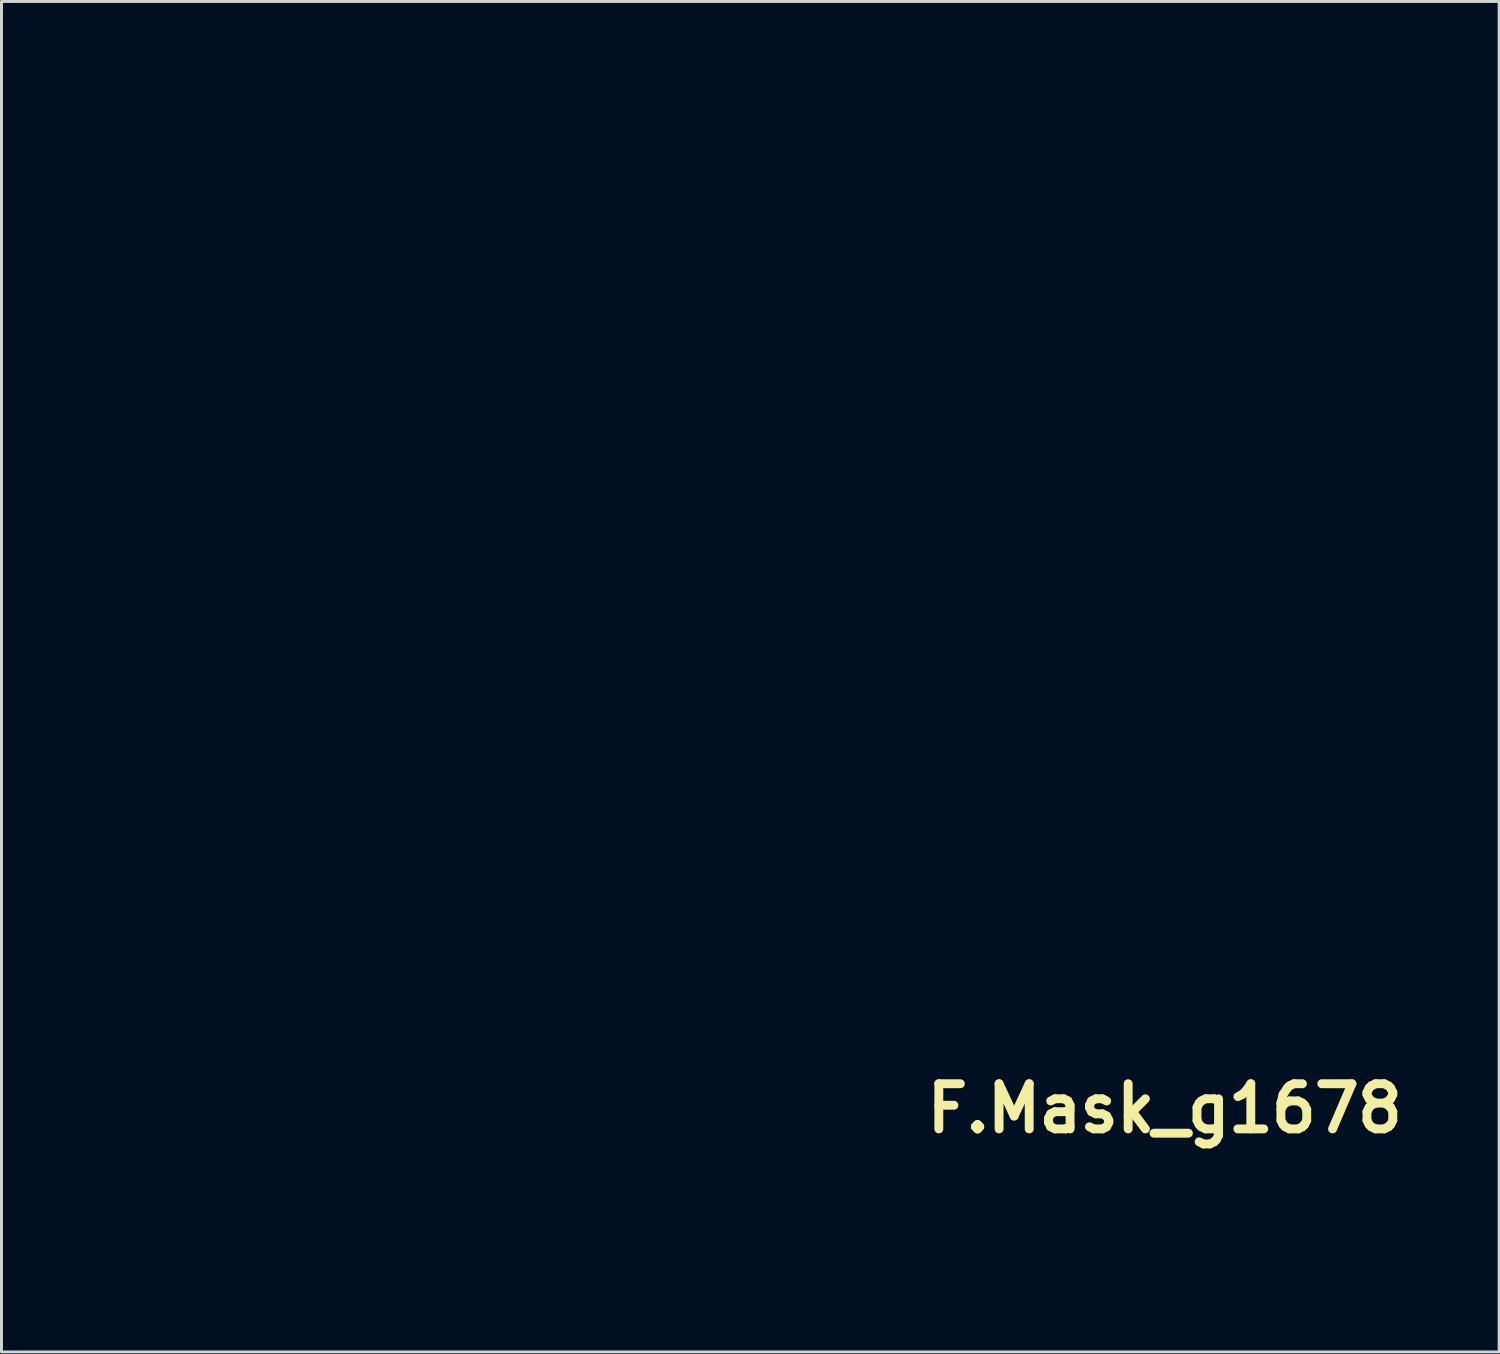
<source format=kicad_pcb>
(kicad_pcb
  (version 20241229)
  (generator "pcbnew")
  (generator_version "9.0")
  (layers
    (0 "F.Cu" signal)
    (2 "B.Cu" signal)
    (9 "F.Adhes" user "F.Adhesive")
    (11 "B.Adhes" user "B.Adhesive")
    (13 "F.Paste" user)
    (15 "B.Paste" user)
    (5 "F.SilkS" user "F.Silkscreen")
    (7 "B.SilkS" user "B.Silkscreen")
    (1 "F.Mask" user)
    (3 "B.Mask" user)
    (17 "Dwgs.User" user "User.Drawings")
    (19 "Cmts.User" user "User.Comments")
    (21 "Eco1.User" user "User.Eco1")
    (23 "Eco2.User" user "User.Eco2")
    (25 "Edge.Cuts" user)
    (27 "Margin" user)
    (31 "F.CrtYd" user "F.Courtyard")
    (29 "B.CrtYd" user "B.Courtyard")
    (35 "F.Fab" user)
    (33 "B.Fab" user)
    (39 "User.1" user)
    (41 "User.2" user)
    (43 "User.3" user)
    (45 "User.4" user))
  (footprint "F.Mask_g1678"
    (layer "F.Cu")
    (at 36.238 34.34)
    (property "Reference" "F.Mask_g1678" (at 0 0 0) (layer "F.SilkS") (effects (font (size 1.524 1.524) (thickness 0.3))))
    (attr through_hole)
    (fp_poly (pts (xy -35.915 -20.225) (xy -35.893 -20.163) (xy -35.874 -20.061) (xy -35.859 -19.919) (xy -35.848 -19.74) (xy -35.843 -19.622) (xy -35.839 -19.402) (xy -35.845 -19.218) (xy -35.862 -19.064) (xy -35.892 -18.932) (xy -35.937 -18.818) (xy -35.997 -18.714) (xy -36.074 -18.615) (xy -36.086 -18.602) (xy -36.145 -18.543) (xy -36.192 -18.508) (xy -36.223 -18.5) (xy -36.233 -18.519) (xy -36.229 -18.537) (xy -36.201 -18.635) (xy -36.178 -18.723) (xy -36.158 -18.807) (xy -36.141 -18.895) (xy -36.125 -18.992) (xy -36.11 -19.106) (xy -36.094 -19.243) (xy -36.076 -19.41) (xy -36.057 -19.59) (xy -36.038 -19.775) (xy -36.022 -19.922) (xy -36.008 -20.035) (xy -35.996 -20.119) (xy -35.984 -20.178) (xy -35.973 -20.215) (xy -35.961 -20.236) (xy -35.948 -20.245) (xy -35.94 -20.246) (xy -35.915 -20.225)) (stroke (width 0.01) (type solid)) (fill yes) (layer "F.Mask"))
    (fp_poly (pts (xy -11.564 4.638) (xy -11.364 4.673) (xy -11.345 4.677) (xy -11.264 4.704) (xy -11.183 4.74) (xy -11.107 4.78) (xy -11.043 4.821) (xy -10.997 4.858) (xy -10.974 4.889) (xy -10.979 4.908) (xy -11.001 4.912) (xy -11.033 4.913) (xy -11.101 4.913) (xy -11.195 4.913) (xy -11.31 4.912) (xy -11.43 4.911) (xy -11.743 4.918) (xy -12.058 4.944) (xy -12.383 4.989) (xy -12.726 5.055) (xy -13.096 5.143) (xy -13.1 5.144) (xy -13.2 5.169) (xy -13.29 5.19) (xy -13.359 5.203) (xy -13.394 5.207) (xy -13.431 5.205) (xy -13.432 5.192) (xy -13.408 5.163) (xy -13.371 5.132) (xy -13.305 5.086) (xy -13.22 5.031) (xy -13.124 4.973) (xy -13.027 4.918) (xy -12.937 4.87) (xy -12.933 4.868) (xy -12.734 4.784) (xy -12.51 4.716) (xy -12.272 4.667) (xy -12.028 4.636) (xy -11.789 4.627) (xy -11.564 4.638)) (stroke (width 0.01) (type solid)) (fill yes) (layer "F.Mask"))
    (fp_poly (pts (xy 5.364 -10.544) (xy 5.379 -10.528) (xy 5.377 -10.494) (xy 5.358 -10.438) (xy 5.32 -10.355) (xy 5.261 -10.243) (xy 5.216 -10.159) (xy 5.009 -9.756) (xy 4.839 -9.36) (xy 4.699 -8.963) (xy 4.589 -8.555) (xy 4.504 -8.125) (xy 4.477 -7.948) (xy 4.451 -7.769) (xy 4.427 -7.63) (xy 4.406 -7.528) (xy 4.386 -7.46) (xy 4.367 -7.423) (xy 4.348 -7.416) (xy 4.327 -7.435) (xy 4.318 -7.451) (xy 4.294 -7.52) (xy 4.275 -7.623) (xy 4.262 -7.751) (xy 4.254 -7.896) (xy 4.253 -8.049) (xy 4.258 -8.203) (xy 4.27 -8.348) (xy 4.285 -8.458) (xy 4.332 -8.691) (xy 4.392 -8.925) (xy 4.464 -9.158) (xy 4.545 -9.385) (xy 4.634 -9.603) (xy 4.728 -9.807) (xy 4.826 -9.994) (xy 4.925 -10.16) (xy 5.025 -10.301) (xy 5.122 -10.414) (xy 5.215 -10.495) (xy 5.302 -10.539) (xy 5.334 -10.546) (xy 5.364 -10.544)) (stroke (width 0.01) (type solid)) (fill yes) (layer "F.Mask"))
    (fp_poly (pts (xy -26.256 -34.239) (xy -26.255 -34.116) (xy -26.285 -33.985) (xy -26.349 -33.842) (xy -26.447 -33.687) (xy -26.581 -33.517) (xy -26.752 -33.332) (xy -26.889 -33.196) (xy -27.156 -32.954) (xy -27.436 -32.728) (xy -27.723 -32.521) (xy -28.01 -32.338) (xy -28.293 -32.181) (xy -28.565 -32.056) (xy -28.734 -31.992) (xy -28.82 -31.968) (xy -28.919 -31.948) (xy -29.022 -31.932) (xy -29.119 -31.921) (xy -29.202 -31.918) (xy -29.259 -31.923) (xy -29.279 -31.931) (xy -29.294 -31.959) (xy -29.281 -31.989) (xy -29.237 -32.023) (xy -29.159 -32.067) (xy -29.109 -32.091) (xy -28.93 -32.18) (xy -28.753 -32.277) (xy -28.569 -32.386) (xy -28.374 -32.511) (xy -28.161 -32.656) (xy -27.923 -32.825) (xy -27.908 -32.836) (xy -27.679 -33.005) (xy -27.458 -33.174) (xy -27.247 -33.341) (xy -27.05 -33.503) (xy -26.87 -33.658) (xy -26.709 -33.803) (xy -26.571 -33.935) (xy -26.459 -34.051) (xy -26.376 -34.149) (xy -26.325 -34.227) (xy -26.323 -34.231) (xy -26.271 -34.335) (xy -26.256 -34.239)) (stroke (width 0.01) (type solid)) (fill yes) (layer "F.Mask"))
    (fp_poly (pts (xy -26.191 2.563) (xy -26.088 2.567) (xy -25.864 2.589) (xy -25.615 2.635) (xy -25.35 2.702) (xy -25.077 2.787) (xy -24.805 2.889) (xy -24.542 3.005) (xy -24.5 3.025) (xy -24.313 3.124) (xy -24.112 3.243) (xy -23.906 3.377) (xy -23.7 3.521) (xy -23.5 3.67) (xy -23.312 3.82) (xy -23.144 3.966) (xy -23 4.104) (xy -22.887 4.228) (xy -22.878 4.241) (xy -22.83 4.309) (xy -22.802 4.368) (xy -22.796 4.408) (xy -22.815 4.424) (xy -22.816 4.424) (xy -22.839 4.412) (xy -22.89 4.38) (xy -22.962 4.331) (xy -23.05 4.27) (xy -23.106 4.23) (xy -23.519 3.947) (xy -23.936 3.685) (xy -24.353 3.448) (xy -24.765 3.237) (xy -25.168 3.055) (xy -25.559 2.904) (xy -25.931 2.785) (xy -26.021 2.761) (xy -26.163 2.723) (xy -26.267 2.689) (xy -26.335 2.66) (xy -26.372 2.634) (xy -26.38 2.608) (xy -26.37 2.589) (xy -26.352 2.575) (xy -26.321 2.566) (xy -26.27 2.563) (xy -26.191 2.563)) (stroke (width 0.01) (type solid)) (fill yes) (layer "F.Mask"))
    (fp_poly (pts (xy -32.203 -12.54) (xy -32.185 -12.493) (xy -32.168 -12.414) (xy -32.149 -12.299) (xy -32.144 -12.266) (xy -32.114 -12.081) (xy -32.078 -11.933) (xy -32.034 -11.813) (xy -31.979 -11.717) (xy -31.91 -11.636) (xy -31.825 -11.567) (xy -31.742 -11.513) (xy -31.662 -11.474) (xy -31.577 -11.449) (xy -31.478 -11.436) (xy -31.355 -11.433) (xy -31.207 -11.437) (xy -31.083 -11.441) (xy -30.987 -11.441) (xy -30.921 -11.437) (xy -30.893 -11.43) (xy -30.893 -11.43) (xy -30.901 -11.407) (xy -30.94 -11.373) (xy -31 -11.334) (xy -31.074 -11.294) (xy -31.151 -11.258) (xy -31.224 -11.232) (xy -31.235 -11.229) (xy -31.395 -11.202) (xy -31.57 -11.198) (xy -31.741 -11.217) (xy -31.866 -11.249) (xy -32.003 -11.311) (xy -32.112 -11.4) (xy -32.198 -11.518) (xy -32.265 -11.671) (xy -32.271 -11.69) (xy -32.296 -11.772) (xy -32.312 -11.845) (xy -32.323 -11.922) (xy -32.328 -12.016) (xy -32.33 -12.139) (xy -32.328 -12.292) (xy -32.319 -12.407) (xy -32.301 -12.488) (xy -32.275 -12.539) (xy -32.246 -12.56) (xy -32.222 -12.561) (xy -32.203 -12.54)) (stroke (width 0.01) (type solid)) (fill yes) (layer "F.Mask"))
    (fp_poly (pts (xy -3.089 -33.539) (xy -3.042 -33.51) (xy -2.974 -33.464) (xy -2.884 -33.4) (xy -2.77 -33.316) (xy -2.631 -33.211) (xy -2.464 -33.085) (xy -2.269 -32.935) (xy -2.043 -32.76) (xy -1.883 -32.637) (xy -1.59 -32.41) (xy -1.328 -32.207) (xy -1.093 -32.027) (xy -0.884 -31.868) (xy -0.697 -31.727) (xy -0.531 -31.604) (xy -0.382 -31.495) (xy -0.248 -31.398) (xy -0.127 -31.313) (xy -0.016 -31.237) (xy 0.063 -31.185) (xy 0.196 -31.097) (xy 0.298 -31.03) (xy 0.373 -30.98) (xy 0.425 -30.944) (xy 0.458 -30.92) (xy 0.476 -30.903) (xy 0.485 -30.892) (xy 0.487 -30.883) (xy 0.487 -30.881) (xy 0.468 -30.864) (xy 0.414 -30.863) (xy 0.33 -30.878) (xy 0.219 -30.907) (xy 0.131 -30.935) (xy -0.185 -31.058) (xy -0.513 -31.216) (xy -0.849 -31.407) (xy -1.19 -31.628) (xy -1.531 -31.876) (xy -1.868 -32.148) (xy -2.196 -32.44) (xy -2.477 -32.716) (xy -2.597 -32.842) (xy -2.713 -32.97) (xy -2.82 -33.096) (xy -2.918 -33.215) (xy -3 -33.323) (xy -3.065 -33.415) (xy -3.109 -33.488) (xy -3.129 -33.537) (xy -3.129 -33.55) (xy -3.118 -33.552) (xy -3.089 -33.539)) (stroke (width 0.01) (type solid)) (fill yes) (layer "F.Mask"))
    (fp_poly (pts (xy -0.776 -22.559) (xy -0.607 -22.459) (xy -0.452 -22.33) (xy -0.31 -22.168) (xy -0.18 -21.972) (xy -0.061 -21.74) (xy 0.048 -21.472) (xy 0.147 -21.164) (xy 0.221 -20.885) (xy 0.292 -20.567) (xy 0.339 -20.284) (xy 0.362 -20.035) (xy 0.361 -19.82) (xy 0.337 -19.64) (xy 0.326 -19.596) (xy 0.305 -19.529) (xy 0.279 -19.475) (xy 0.241 -19.423) (xy 0.184 -19.36) (xy 0.138 -19.315) (xy -0.036 -19.162) (xy -0.207 -19.052) (xy -0.378 -18.981) (xy -0.551 -18.951) (xy -0.727 -18.96) (xy -0.842 -18.985) (xy -1.089 -19.077) (xy -1.314 -19.204) (xy -1.516 -19.365) (xy -1.691 -19.556) (xy -1.838 -19.775) (xy -1.954 -20.019) (xy -1.996 -20.14) (xy -2.055 -20.354) (xy -2.109 -20.598) (xy -2.156 -20.857) (xy -2.193 -21.119) (xy -2.219 -21.37) (xy -2.231 -21.598) (xy -2.231 -21.644) (xy -2.233 -21.942) (xy -2.14 -22.13) (xy -2.047 -22.294) (xy -1.948 -22.42) (xy -1.837 -22.516) (xy -1.73 -22.577) (xy -1.678 -22.6) (xy -1.632 -22.616) (xy -1.585 -22.627) (xy -1.526 -22.633) (xy -1.447 -22.636) (xy -1.34 -22.637) (xy -1.27 -22.638) (xy -0.942 -22.638) (xy -0.776 -22.559)) (stroke (width 0.01) (type solid)) (fill yes) (layer "F.Mask"))
    (fp_poly (pts (xy -15.89 -3.127) (xy -15.867 -3.103) (xy -15.839 -3.049) (xy -15.811 -2.978) (xy -15.787 -2.902) (xy -15.78 -2.87) (xy -15.749 -2.807) (xy -15.687 -2.731) (xy -15.598 -2.65) (xy -15.49 -2.566) (xy -15.37 -2.485) (xy -15.242 -2.411) (xy -15.115 -2.351) (xy -15.063 -2.33) (xy -14.873 -2.282) (xy -14.682 -2.275) (xy -14.492 -2.307) (xy -14.307 -2.377) (xy -14.131 -2.484) (xy -13.968 -2.626) (xy -13.853 -2.759) (xy -13.766 -2.871) (xy -13.701 -2.953) (xy -13.654 -3.01) (xy -13.62 -3.045) (xy -13.597 -3.063) (xy -13.579 -3.069) (xy -13.578 -3.069) (xy -13.548 -3.05) (xy -13.533 -2.999) (xy -13.533 -2.922) (xy -13.545 -2.844) (xy -13.608 -2.656) (xy -13.708 -2.476) (xy -13.838 -2.309) (xy -13.995 -2.16) (xy -14.171 -2.035) (xy -14.363 -1.94) (xy -14.499 -1.894) (xy -14.659 -1.867) (xy -14.831 -1.865) (xy -14.997 -1.886) (xy -15.096 -1.914) (xy -15.242 -1.978) (xy -15.391 -2.068) (xy -15.528 -2.171) (xy -15.632 -2.271) (xy -15.726 -2.398) (xy -15.81 -2.548) (xy -15.876 -2.705) (xy -15.917 -2.855) (xy -15.92 -2.871) (xy -15.932 -2.975) (xy -15.931 -3.057) (xy -15.92 -3.11) (xy -15.897 -3.128) (xy -15.89 -3.127)) (stroke (width 0.01) (type solid)) (fill yes) (layer "F.Mask"))
    (fp_poly (pts (xy 2.846 -16.626) (xy 2.892 -16.599) (xy 2.953 -16.554) (xy 3.02 -16.498) (xy 3.087 -16.438) (xy 3.135 -16.389) (xy 3.248 -16.239) (xy 3.333 -16.061) (xy 3.39 -15.858) (xy 3.415 -15.638) (xy 3.417 -15.579) (xy 3.414 -15.449) (xy 3.401 -15.351) (xy 3.388 -15.303) (xy 3.335 -15.2) (xy 3.261 -15.087) (xy 3.173 -14.973) (xy 3.079 -14.868) (xy 2.985 -14.78) (xy 2.901 -14.718) (xy 2.875 -14.704) (xy 2.791 -14.672) (xy 2.691 -14.65) (xy 2.569 -14.635) (xy 2.418 -14.628) (xy 2.288 -14.627) (xy 2.142 -14.63) (xy 2.034 -14.637) (xy 1.96 -14.648) (xy 1.931 -14.658) (xy 1.886 -14.685) (xy 1.863 -14.713) (xy 1.863 -14.717) (xy 1.872 -14.741) (xy 1.904 -14.763) (xy 1.964 -14.785) (xy 2.055 -14.808) (xy 2.182 -14.834) (xy 2.205 -14.838) (xy 2.372 -14.874) (xy 2.506 -14.916) (xy 2.614 -14.966) (xy 2.706 -15.029) (xy 2.768 -15.085) (xy 2.917 -15.256) (xy 3.024 -15.429) (xy 3.088 -15.603) (xy 3.111 -15.778) (xy 3.111 -15.781) (xy 3.106 -15.887) (xy 3.09 -15.988) (xy 3.059 -16.096) (xy 3.01 -16.218) (xy 2.941 -16.364) (xy 2.928 -16.39) (xy 2.884 -16.479) (xy 2.85 -16.554) (xy 2.829 -16.607) (xy 2.823 -16.631) (xy 2.823 -16.631) (xy 2.846 -16.626)) (stroke (width 0.01) (type solid)) (fill yes) (layer "F.Mask"))
    (fp_poly (pts (xy -29.471 -19.178) (xy -29.415 -19.162) (xy -29.352 -19.133) (xy -29.321 -19.116) (xy -29.148 -19.001) (xy -28.982 -18.852) (xy -28.83 -18.676) (xy -28.698 -18.479) (xy -28.63 -18.352) (xy -28.543 -18.172) (xy -28.536 -17.757) (xy -28.537 -17.484) (xy -28.549 -17.24) (xy -28.573 -17.012) (xy -28.611 -16.789) (xy -28.65 -16.616) (xy -28.706 -16.396) (xy -28.76 -16.214) (xy -28.811 -16.065) (xy -28.863 -15.947) (xy -28.915 -15.856) (xy -28.984 -15.766) (xy -29.068 -15.673) (xy -29.16 -15.585) (xy -29.248 -15.513) (xy -29.323 -15.465) (xy -29.326 -15.464) (xy -29.389 -15.445) (xy -29.483 -15.43) (xy -29.592 -15.421) (xy -29.706 -15.419) (xy -29.81 -15.423) (xy -29.858 -15.429) (xy -30.011 -15.463) (xy -30.147 -15.518) (xy -30.275 -15.597) (xy -30.404 -15.707) (xy -30.496 -15.799) (xy -30.596 -15.917) (xy -30.675 -16.034) (xy -30.736 -16.159) (xy -30.781 -16.301) (xy -30.816 -16.468) (xy -30.841 -16.667) (xy -30.844 -16.695) (xy -30.855 -16.89) (xy -30.854 -17.107) (xy -30.841 -17.339) (xy -30.819 -17.577) (xy -30.787 -17.815) (xy -30.748 -18.043) (xy -30.702 -18.255) (xy -30.65 -18.443) (xy -30.593 -18.599) (xy -30.574 -18.641) (xy -30.471 -18.811) (xy -30.339 -18.95) (xy -30.18 -19.057) (xy -29.994 -19.131) (xy -29.78 -19.174) (xy -29.626 -19.184) (xy -29.536 -19.184) (xy -29.471 -19.178)) (stroke (width 0.01) (type solid)) (fill yes) (layer "F.Mask"))
    (fp_poly (pts (xy -6.588 -30.032) (xy -6.544 -30.029) (xy -6.363 -30.006) (xy -6.185 -29.957) (xy -6.007 -29.881) (xy -5.824 -29.777) (xy -5.634 -29.641) (xy -5.431 -29.472) (xy -5.22 -29.275) (xy -4.986 -29.037) (xy -4.782 -28.81) (xy -4.61 -28.596) (xy -4.471 -28.398) (xy -4.367 -28.218) (xy -4.331 -28.141) (xy -4.283 -27.994) (xy -4.267 -27.848) (xy -4.283 -27.697) (xy -4.332 -27.535) (xy -4.416 -27.358) (xy -4.46 -27.279) (xy -4.558 -27.138) (xy -4.672 -27.027) (xy -4.806 -26.944) (xy -4.964 -26.886) (xy -5.15 -26.853) (xy -5.37 -26.841) (xy -5.397 -26.841) (xy -5.565 -26.846) (xy -5.705 -26.863) (xy -5.799 -26.883) (xy -5.994 -26.945) (xy -6.173 -27.028) (xy -6.343 -27.136) (xy -6.514 -27.275) (xy -6.679 -27.435) (xy -6.811 -27.577) (xy -6.945 -27.732) (xy -7.077 -27.894) (xy -7.204 -28.058) (xy -7.322 -28.22) (xy -7.428 -28.373) (xy -7.517 -28.514) (xy -7.586 -28.636) (xy -7.631 -28.735) (xy -7.642 -28.77) (xy -7.652 -28.826) (xy -7.659 -28.91) (xy -7.664 -29.011) (xy -7.666 -29.085) (xy -7.665 -29.19) (xy -7.662 -29.265) (xy -7.653 -29.322) (xy -7.637 -29.374) (xy -7.611 -29.432) (xy -7.601 -29.452) (xy -7.544 -29.55) (xy -7.473 -29.637) (xy -7.381 -29.719) (xy -7.262 -29.801) (xy -7.143 -29.872) (xy -7.011 -29.942) (xy -6.902 -29.99) (xy -6.803 -30.019) (xy -6.702 -30.032) (xy -6.588 -30.032)) (stroke (width 0.01) (type solid)) (fill yes) (layer "F.Mask"))
    (fp_poly (pts (xy -14.965 -8.753) (xy -14.709 -8.729) (xy -14.437 -8.69) (xy -14.154 -8.637) (xy -13.875 -8.572) (xy -13.699 -8.527) (xy -13.558 -8.486) (xy -13.446 -8.449) (xy -13.356 -8.412) (xy -13.282 -8.374) (xy -13.217 -8.331) (xy -13.178 -8.3) (xy -13.067 -8.2) (xy -12.967 -8.091) (xy -12.886 -7.984) (xy -12.829 -7.887) (xy -12.816 -7.854) (xy -12.776 -7.676) (xy -12.772 -7.487) (xy -12.802 -7.292) (xy -12.865 -7.1) (xy -12.958 -6.917) (xy -13.08 -6.749) (xy -13.116 -6.71) (xy -13.253 -6.583) (xy -13.406 -6.48) (xy -13.578 -6.398) (xy -13.772 -6.338) (xy -13.994 -6.297) (xy -14.247 -6.274) (xy -14.535 -6.269) (xy -14.541 -6.269) (xy -14.666 -6.271) (xy -14.782 -6.273) (xy -14.88 -6.275) (xy -14.95 -6.278) (xy -14.975 -6.28) (xy -15.237 -6.307) (xy -15.49 -6.344) (xy -15.727 -6.388) (xy -15.942 -6.439) (xy -16.127 -6.495) (xy -16.27 -6.551) (xy -16.404 -6.623) (xy -16.512 -6.706) (xy -16.601 -6.807) (xy -16.674 -6.932) (xy -16.737 -7.09) (xy -16.774 -7.207) (xy -16.809 -7.349) (xy -16.824 -7.472) (xy -16.82 -7.59) (xy -16.796 -7.721) (xy -16.795 -7.726) (xy -16.763 -7.833) (xy -16.719 -7.93) (xy -16.658 -8.026) (xy -16.572 -8.132) (xy -16.493 -8.216) (xy -16.293 -8.401) (xy -16.081 -8.546) (xy -15.853 -8.654) (xy -15.606 -8.727) (xy -15.579 -8.733) (xy -15.406 -8.755) (xy -15.199 -8.762) (xy -14.965 -8.753)) (stroke (width 0.01) (type solid)) (fill yes) (layer "F.Mask"))
    (fp_poly (pts (xy -21.803 -31.698) (xy -21.661 -31.666) (xy -21.604 -31.644) (xy -21.495 -31.575) (xy -21.383 -31.471) (xy -21.274 -31.34) (xy -21.174 -31.189) (xy -21.123 -31.095) (xy -21.065 -30.946) (xy -21.042 -30.79) (xy -21.053 -30.624) (xy -21.098 -30.444) (xy -21.179 -30.247) (xy -21.215 -30.173) (xy -21.266 -30.083) (xy -21.324 -30.001) (xy -21.397 -29.914) (xy -21.495 -29.812) (xy -21.504 -29.803) (xy -21.634 -29.68) (xy -21.752 -29.585) (xy -21.87 -29.51) (xy -21.999 -29.447) (xy -22.151 -29.39) (xy -22.157 -29.388) (xy -22.313 -29.341) (xy -22.49 -29.297) (xy -22.684 -29.256) (xy -22.887 -29.22) (xy -23.093 -29.189) (xy -23.296 -29.163) (xy -23.49 -29.145) (xy -23.669 -29.134) (xy -23.825 -29.131) (xy -23.953 -29.137) (xy -24.046 -29.153) (xy -24.046 -29.153) (xy -24.155 -29.193) (xy -24.277 -29.254) (xy -24.396 -29.326) (xy -24.496 -29.4) (xy -24.528 -29.429) (xy -24.591 -29.501) (xy -24.65 -29.587) (xy -24.676 -29.633) (xy -24.697 -29.678) (xy -24.712 -29.719) (xy -24.723 -29.763) (xy -24.729 -29.819) (xy -24.732 -29.894) (xy -24.733 -29.998) (xy -24.733 -30.101) (xy -24.733 -30.452) (xy -24.65 -30.616) (xy -24.542 -30.79) (xy -24.402 -30.948) (xy -24.228 -31.09) (xy -24.019 -31.218) (xy -23.772 -31.334) (xy -23.486 -31.438) (xy -23.484 -31.439) (xy -23.198 -31.525) (xy -22.92 -31.595) (xy -22.655 -31.649) (xy -22.407 -31.687) (xy -22.18 -31.708) (xy -21.977 -31.712) (xy -21.803 -31.698)) (stroke (width 0.01) (type solid)) (fill yes) (layer "F.Mask"))
    (fp_poly (pts (xy -25.474 -7.458) (xy -25.463 -7.417) (xy -25.46 -7.342) (xy -25.465 -7.231) (xy -25.478 -7.08) (xy -25.482 -7.038) (xy -25.497 -6.745) (xy -25.48 -6.477) (xy -25.43 -6.23) (xy -25.346 -6.001) (xy -25.225 -5.785) (xy -25.067 -5.578) (xy -24.956 -5.459) (xy -24.737 -5.264) (xy -24.509 -5.11) (xy -24.271 -4.997) (xy -24.023 -4.925) (xy -23.765 -4.894) (xy -23.591 -4.896) (xy -23.427 -4.912) (xy -23.271 -4.941) (xy -23.116 -4.986) (xy -22.955 -5.05) (xy -22.778 -5.135) (xy -22.578 -5.245) (xy -22.546 -5.264) (xy -22.434 -5.327) (xy -22.354 -5.366) (xy -22.303 -5.381) (xy -22.277 -5.373) (xy -22.273 -5.341) (xy -22.289 -5.285) (xy -22.299 -5.258) (xy -22.352 -5.16) (xy -22.438 -5.051) (xy -22.551 -4.936) (xy -22.684 -4.819) (xy -22.831 -4.706) (xy -22.986 -4.6) (xy -23.143 -4.507) (xy -23.295 -4.432) (xy -23.435 -4.38) (xy -23.465 -4.371) (xy -23.553 -4.356) (xy -23.671 -4.346) (xy -23.81 -4.341) (xy -23.957 -4.341) (xy -24.102 -4.346) (xy -24.233 -4.357) (xy -24.34 -4.372) (xy -24.352 -4.374) (xy -24.558 -4.43) (xy -24.749 -4.506) (xy -24.933 -4.608) (xy -25.121 -4.741) (xy -25.236 -4.836) (xy -25.446 -5.038) (xy -25.617 -5.255) (xy -25.749 -5.483) (xy -25.841 -5.722) (xy -25.892 -5.971) (xy -25.902 -6.228) (xy -25.878 -6.456) (xy -25.852 -6.577) (xy -25.817 -6.711) (xy -25.775 -6.85) (xy -25.728 -6.99) (xy -25.678 -7.122) (xy -25.629 -7.242) (xy -25.582 -7.342) (xy -25.539 -7.417) (xy -25.504 -7.46) (xy -25.492 -7.466) (xy -25.474 -7.458)) (stroke (width 0.01) (type solid)) (fill yes) (layer "F.Mask"))
    (fp_poly (pts (xy 4.697 -19.35) (xy 4.708 -19.324) (xy 4.722 -19.273) (xy 4.74 -19.191) (xy 4.761 -19.089) (xy 4.828 -18.719) (xy 4.886 -18.314) (xy 4.933 -17.88) (xy 4.97 -17.422) (xy 4.997 -16.946) (xy 5.012 -16.458) (xy 5.016 -15.964) (xy 5.008 -15.47) (xy 4.998 -15.177) (xy 4.989 -14.977) (xy 4.98 -14.798) (xy 4.97 -14.632) (xy 4.96 -14.476) (xy 4.947 -14.324) (xy 4.933 -14.17) (xy 4.915 -14.01) (xy 4.895 -13.838) (xy 4.87 -13.649) (xy 4.841 -13.438) (xy 4.807 -13.2) (xy 4.767 -12.93) (xy 4.731 -12.686) (xy 4.707 -12.5) (xy 4.689 -12.309) (xy 4.677 -12.122) (xy 4.671 -11.946) (xy 4.672 -11.792) (xy 4.68 -11.667) (xy 4.686 -11.626) (xy 4.695 -11.555) (xy 4.688 -11.522) (xy 4.664 -11.521) (xy 4.617 -11.549) (xy 4.577 -11.59) (xy 4.538 -11.651) (xy 4.528 -11.671) (xy 4.513 -11.709) (xy 4.501 -11.753) (xy 4.492 -11.804) (xy 4.487 -11.867) (xy 4.485 -11.943) (xy 4.487 -12.036) (xy 4.494 -12.149) (xy 4.504 -12.283) (xy 4.519 -12.443) (xy 4.538 -12.631) (xy 4.562 -12.849) (xy 4.592 -13.101) (xy 4.626 -13.389) (xy 4.666 -13.716) (xy 4.712 -14.118) (xy 4.75 -14.501) (xy 4.78 -14.871) (xy 4.801 -15.234) (xy 4.815 -15.595) (xy 4.821 -15.96) (xy 4.818 -16.336) (xy 4.808 -16.728) (xy 4.79 -17.142) (xy 4.765 -17.584) (xy 4.731 -18.06) (xy 4.72 -18.214) (xy 4.699 -18.495) (xy 4.682 -18.734) (xy 4.67 -18.934) (xy 4.663 -19.093) (xy 4.66 -19.214) (xy 4.662 -19.297) (xy 4.668 -19.344) (xy 4.673 -19.354) (xy 4.686 -19.358) (xy 4.697 -19.35)) (stroke (width 0.01) (type solid)) (fill yes) (layer "F.Mask"))
    (fp_poly (pts (xy -3.106 -7.92) (xy -3.102 -7.917) (xy -3.071 -7.878) (xy -3.031 -7.807) (xy -2.986 -7.712) (xy -2.939 -7.603) (xy -2.894 -7.486) (xy -2.867 -7.408) (xy -2.841 -7.326) (xy -2.824 -7.256) (xy -2.814 -7.184) (xy -2.809 -7.097) (xy -2.807 -6.984) (xy -2.807 -6.953) (xy -2.808 -6.835) (xy -2.811 -6.748) (xy -2.819 -6.681) (xy -2.832 -6.623) (xy -2.852 -6.564) (xy -2.862 -6.538) (xy -2.966 -6.325) (xy -3.101 -6.13) (xy -3.262 -5.959) (xy -3.443 -5.817) (xy -3.58 -5.738) (xy -3.676 -5.695) (xy -3.773 -5.656) (xy -3.856 -5.627) (xy -3.875 -5.622) (xy -4.003 -5.597) (xy -4.145 -5.582) (xy -4.282 -5.578) (xy -4.4 -5.586) (xy -4.417 -5.589) (xy -4.548 -5.622) (xy -4.694 -5.673) (xy -4.833 -5.734) (xy -4.92 -5.782) (xy -4.998 -5.833) (xy -5.087 -5.895) (xy -5.179 -5.964) (xy -5.27 -6.035) (xy -5.354 -6.103) (xy -5.426 -6.164) (xy -5.479 -6.214) (xy -5.508 -6.247) (xy -5.51 -6.26) (xy -5.484 -6.255) (xy -5.425 -6.239) (xy -5.343 -6.213) (xy -5.245 -6.179) (xy -5.216 -6.169) (xy -5.1 -6.13) (xy -4.984 -6.093) (xy -4.88 -6.062) (xy -4.802 -6.042) (xy -4.798 -6.042) (xy -4.665 -6.022) (xy -4.515 -6.013) (xy -4.363 -6.015) (xy -4.224 -6.027) (xy -4.137 -6.044) (xy -3.915 -6.122) (xy -3.708 -6.236) (xy -3.523 -6.383) (xy -3.367 -6.556) (xy -3.351 -6.579) (xy -3.26 -6.722) (xy -3.192 -6.868) (xy -3.139 -7.034) (xy -3.117 -7.133) (xy -3.103 -7.204) (xy -3.096 -7.264) (xy -3.095 -7.325) (xy -3.1 -7.399) (xy -3.112 -7.497) (xy -3.12 -7.556) (xy -3.135 -7.66) (xy -3.148 -7.75) (xy -3.159 -7.817) (xy -3.165 -7.852) (xy -3.165 -7.853) (xy -3.163 -7.898) (xy -3.155 -7.915) (xy -3.134 -7.934) (xy -3.106 -7.92)) (stroke (width 0.01) (type solid)) (fill yes) (layer "F.Mask"))
    (fp_poly (pts (xy -32.909 -6.791) (xy -32.885 -6.79) (xy -32.738 -6.773) (xy -32.605 -6.738) (xy -32.48 -6.68) (xy -32.361 -6.597) (xy -32.242 -6.485) (xy -32.12 -6.342) (xy -31.99 -6.165) (xy -31.898 -6.026) (xy -31.672 -5.676) (xy -31.463 -5.359) (xy -31.268 -5.069) (xy -31.083 -4.801) (xy -30.905 -4.551) (xy -30.731 -4.314) (xy -30.556 -4.086) (xy -30.378 -3.861) (xy -30.192 -3.635) (xy -29.996 -3.403) (xy -29.786 -3.161) (xy -29.767 -3.139) (xy -29.31 -2.632) (xy -28.855 -2.155) (xy -28.39 -1.698) (xy -27.906 -1.251) (xy -27.538 -0.929) (xy -27.331 -0.745) (xy -27.155 -0.579) (xy -27.006 -0.424) (xy -26.88 -0.275) (xy -26.771 -0.126) (xy -26.676 0.027) (xy -26.643 0.085) (xy -26.539 0.313) (xy -26.459 0.565) (xy -26.408 0.827) (xy -26.39 1.014) (xy -26.389 1.099) (xy -26.396 1.146) (xy -26.411 1.153) (xy -26.434 1.121) (xy -26.466 1.048) (xy -26.507 0.935) (xy -26.54 0.836) (xy -26.657 0.514) (xy -26.791 0.213) (xy -26.939 -0.061) (xy -27.099 -0.301) (xy -27.182 -0.407) (xy -27.239 -0.466) (xy -27.317 -0.535) (xy -27.402 -0.603) (xy -27.428 -0.621) (xy -27.583 -0.737) (xy -27.764 -0.884) (xy -27.97 -1.059) (xy -28.198 -1.263) (xy -28.448 -1.493) (xy -28.717 -1.748) (xy -29.003 -2.027) (xy -29.111 -2.133) (xy -29.469 -2.494) (xy -29.798 -2.838) (xy -30.102 -3.174) (xy -30.385 -3.506) (xy -30.654 -3.841) (xy -30.914 -4.187) (xy -31.168 -4.548) (xy -31.423 -4.932) (xy -31.683 -5.345) (xy -31.868 -5.65) (xy -31.958 -5.799) (xy -32.047 -5.943) (xy -32.13 -6.076) (xy -32.204 -6.191) (xy -32.265 -6.284) (xy -32.309 -6.348) (xy -32.322 -6.365) (xy -32.38 -6.431) (xy -32.443 -6.487) (xy -32.518 -6.536) (xy -32.612 -6.584) (xy -32.733 -6.634) (xy -32.888 -6.689) (xy -32.971 -6.72) (xy -33.037 -6.749) (xy -33.076 -6.77) (xy -33.084 -6.779) (xy -33.063 -6.789) (xy -33.004 -6.793) (xy -32.909 -6.791)) (stroke (width 0.01) (type solid)) (fill yes) (layer "F.Mask"))
    (fp_poly (pts (xy 2.408 -6.154) (xy 2.413 -6.139) (xy 2.413 -6.136) (xy 2.4 -6.1) (xy 2.362 -6.035) (xy 2.302 -5.942) (xy 2.221 -5.823) (xy 2.121 -5.681) (xy 2.005 -5.519) (xy 1.873 -5.339) (xy 1.728 -5.144) (xy 1.572 -4.936) (xy 1.407 -4.717) (xy 1.235 -4.491) (xy 1.057 -4.26) (xy 0.875 -4.026) (xy 0.693 -3.792) (xy 0.51 -3.56) (xy 0.33 -3.334) (xy 0.155 -3.114) (xy -0.015 -2.905) (xy -0.177 -2.708) (xy -0.328 -2.526) (xy -0.432 -2.402) (xy -0.579 -2.235) (xy -0.744 -2.057) (xy -0.919 -1.876) (xy -1.096 -1.699) (xy -1.267 -1.536) (xy -1.424 -1.392) (xy -1.513 -1.316) (xy -1.763 -1.112) (xy -2.038 -0.896) (xy -2.331 -0.672) (xy -2.637 -0.445) (xy -2.949 -0.218) (xy -3.263 0.004) (xy -3.57 0.216) (xy -3.867 0.415) (xy -4.146 0.596) (xy -4.402 0.755) (xy -4.487 0.806) (xy -4.632 0.891) (xy -4.746 0.959) (xy -4.838 1.012) (xy -4.913 1.055) (xy -4.98 1.091) (xy -5.044 1.125) (xy -5.112 1.16) (xy -5.179 1.194) (xy -5.276 1.242) (xy -5.342 1.272) (xy -5.385 1.286) (xy -5.41 1.287) (xy -5.424 1.277) (xy -5.428 1.272) (xy -5.421 1.245) (xy -5.383 1.203) (xy -5.321 1.149) (xy -5.24 1.09) (xy -5.146 1.029) (xy -5.07 0.985) (xy -4.961 0.922) (xy -4.823 0.837) (xy -4.66 0.732) (xy -4.476 0.611) (xy -4.275 0.476) (xy -4.062 0.33) (xy -3.84 0.175) (xy -3.614 0.017) (xy -3.388 -0.144) (xy -3.167 -0.304) (xy -2.954 -0.46) (xy -2.755 -0.61) (xy -2.572 -0.749) (xy -2.531 -0.781) (xy -2.228 -1.022) (xy -1.939 -1.265) (xy -1.655 -1.517) (xy -1.365 -1.788) (xy -1.145 -2) (xy -0.95 -2.194) (xy -0.765 -2.381) (xy -0.587 -2.566) (xy -0.414 -2.75) (xy -0.242 -2.939) (xy -0.068 -3.136) (xy 0.111 -3.344) (xy 0.297 -3.567) (xy 0.495 -3.808) (xy 0.707 -4.072) (xy 0.937 -4.36) (xy 1.186 -4.678) (xy 1.302 -4.826) (xy 1.5 -5.08) (xy 1.675 -5.303) (xy 1.826 -5.495) (xy 1.956 -5.659) (xy 2.067 -5.796) (xy 2.159 -5.908) (xy 2.234 -5.997) (xy 2.294 -6.065) (xy 2.34 -6.112) (xy 2.373 -6.142) (xy 2.395 -6.155) (xy 2.408 -6.154)) (stroke (width 0.01) (type solid)) (fill yes) (layer "F.Mask"))
    (fp_poly (pts (xy -34.886 -17.125) (xy -34.826 -17.066) (xy -34.773 -16.975) (xy -34.731 -16.855) (xy -34.729 -16.849) (xy -34.724 -16.812) (xy -34.719 -16.738) (xy -34.714 -16.631) (xy -34.708 -16.496) (xy -34.703 -16.34) (xy -34.698 -16.165) (xy -34.694 -15.978) (xy -34.692 -15.907) (xy -34.687 -15.663) (xy -34.682 -15.455) (xy -34.676 -15.279) (xy -34.669 -15.129) (xy -34.661 -14.998) (xy -34.652 -14.882) (xy -34.641 -14.776) (xy -34.631 -14.7) (xy -34.592 -14.419) (xy -34.548 -14.142) (xy -34.498 -13.865) (xy -34.44 -13.582) (xy -34.374 -13.289) (xy -34.298 -12.979) (xy -34.211 -12.648) (xy -34.113 -12.292) (xy -34.001 -11.904) (xy -33.927 -11.652) (xy -33.845 -11.378) (xy -33.777 -11.14) (xy -33.721 -10.935) (xy -33.676 -10.761) (xy -33.642 -10.612) (xy -33.619 -10.486) (xy -33.606 -10.379) (xy -33.602 -10.288) (xy -33.607 -10.209) (xy -33.62 -10.139) (xy -33.64 -10.074) (xy -33.661 -10.026) (xy -33.726 -9.905) (xy -33.822 -9.761) (xy -33.945 -9.594) (xy -34.073 -9.435) (xy -34.146 -9.349) (xy -34.198 -9.296) (xy -34.23 -9.274) (xy -34.245 -9.279) (xy -34.248 -9.295) (xy -34.236 -9.321) (xy -34.206 -9.375) (xy -34.16 -9.448) (xy -34.103 -9.535) (xy -34.09 -9.555) (xy -33.977 -9.733) (xy -33.892 -9.889) (xy -33.834 -10.03) (xy -33.8 -10.164) (xy -33.787 -10.296) (xy -33.791 -10.414) (xy -33.797 -10.475) (xy -33.805 -10.533) (xy -33.815 -10.594) (xy -33.83 -10.661) (xy -33.85 -10.739) (xy -33.877 -10.834) (xy -33.911 -10.948) (xy -33.955 -11.088) (xy -34.009 -11.257) (xy -34.075 -11.46) (xy -34.099 -11.536) (xy -34.204 -11.859) (xy -34.295 -12.148) (xy -34.375 -12.407) (xy -34.445 -12.641) (xy -34.506 -12.855) (xy -34.559 -13.054) (xy -34.606 -13.244) (xy -34.647 -13.429) (xy -34.685 -13.614) (xy -34.72 -13.804) (xy -34.754 -14.004) (xy -34.788 -14.22) (xy -34.79 -14.231) (xy -34.802 -14.312) (xy -34.812 -14.387) (xy -34.821 -14.459) (xy -34.828 -14.534) (xy -34.834 -14.615) (xy -34.839 -14.707) (xy -34.843 -14.815) (xy -34.847 -14.943) (xy -34.85 -15.096) (xy -34.854 -15.277) (xy -34.857 -15.492) (xy -34.86 -15.744) (xy -34.86 -15.748) (xy -34.864 -16.043) (xy -34.869 -16.296) (xy -34.874 -16.507) (xy -34.879 -16.678) (xy -34.885 -16.808) (xy -34.89 -16.898) (xy -34.897 -16.949) (xy -34.899 -16.959) (xy -34.934 -17.019) (xy -34.967 -17.06) (xy -34.997 -17.104) (xy -34.99 -17.134) (xy -34.95 -17.145) (xy -34.886 -17.125)) (stroke (width 0.01) (type solid)) (fill yes) (layer "F.Mask"))
    (fp_poly (pts (xy 0.766 -8.132) (xy 0.807 -8.083) (xy 0.842 -8.031) (xy 0.892 -7.948) (xy 0.952 -7.839) (xy 1.017 -7.713) (xy 1.08 -7.582) (xy 1.137 -7.457) (xy 1.182 -7.349) (xy 1.205 -7.284) (xy 1.249 -7.095) (xy 1.261 -6.896) (xy 1.241 -6.684) (xy 1.19 -6.456) (xy 1.105 -6.209) (xy 0.988 -5.939) (xy 0.984 -5.932) (xy 0.843 -5.666) (xy 0.693 -5.441) (xy 0.534 -5.257) (xy 0.365 -5.113) (xy 0.205 -5.018) (xy 0.129 -4.985) (xy 0.028 -4.949) (xy -0.091 -4.911) (xy -0.22 -4.872) (xy -0.354 -4.835) (xy -0.485 -4.801) (xy -0.608 -4.772) (xy -0.715 -4.75) (xy -0.801 -4.736) (xy -0.857 -4.732) (xy -0.877 -4.737) (xy -0.868 -4.756) (xy -0.835 -4.798) (xy -0.784 -4.856) (xy -0.742 -4.902) (xy -0.654 -4.997) (xy -0.593 -5.073) (xy -0.553 -5.14) (xy -0.531 -5.207) (xy -0.521 -5.284) (xy -0.519 -5.369) (xy -0.522 -5.47) (xy -0.536 -5.542) (xy -0.566 -5.596) (xy -0.106 -5.596) (xy -0.105 -5.493) (xy -0.098 -5.407) (xy -0.084 -5.346) (xy -0.073 -5.325) (xy -0.041 -5.301) (xy -0.01 -5.297) (xy 0.029 -5.317) (xy 0.081 -5.363) (xy 0.143 -5.427) (xy 0.265 -5.571) (xy 0.386 -5.742) (xy 0.502 -5.931) (xy 0.611 -6.129) (xy 0.706 -6.33) (xy 0.786 -6.525) (xy 0.844 -6.707) (xy 0.878 -6.866) (xy 0.88 -6.884) (xy 0.886 -7.001) (xy 0.87 -7.082) (xy 0.836 -7.129) (xy 0.786 -7.142) (xy 0.72 -7.121) (xy 0.64 -7.067) (xy 0.549 -6.981) (xy 0.448 -6.864) (xy 0.339 -6.715) (xy 0.306 -6.668) (xy 0.221 -6.531) (xy 0.137 -6.382) (xy 0.06 -6.23) (xy -0.005 -6.087) (xy -0.054 -5.962) (xy -0.074 -5.896) (xy -0.091 -5.807) (xy -0.101 -5.703) (xy -0.106 -5.596) (xy -0.566 -5.596) (xy -0.566 -5.596) (xy -0.62 -5.644) (xy -0.683 -5.686) (xy -0.738 -5.733) (xy -0.761 -5.778) (xy -0.75 -5.814) (xy -0.721 -5.831) (xy -0.674 -5.859) (xy -0.615 -5.914) (xy -0.55 -5.986) (xy -0.49 -6.064) (xy -0.441 -6.139) (xy -0.415 -6.194) (xy -0.386 -6.321) (xy -0.387 -6.434) (xy -0.42 -6.525) (xy -0.423 -6.53) (xy -0.452 -6.579) (xy -0.465 -6.616) (xy -0.466 -6.619) (xy -0.447 -6.638) (xy -0.399 -6.662) (xy -0.345 -6.68) (xy -0.261 -6.712) (xy -0.188 -6.759) (xy -0.118 -6.824) (xy -0.039 -6.91) (xy 0.018 -6.991) (xy 0.058 -7.076) (xy 0.084 -7.177) (xy 0.099 -7.302) (xy 0.106 -7.423) (xy 0.112 -7.528) (xy 0.118 -7.617) (xy 0.124 -7.682) (xy 0.13 -7.714) (xy 0.131 -7.716) (xy 0.153 -7.711) (xy 0.201 -7.686) (xy 0.264 -7.646) (xy 0.285 -7.632) (xy 0.389 -7.569) (xy 0.475 -7.539) (xy 0.547 -7.541) (xy 0.613 -7.573) (xy 0.622 -7.58) (xy 0.677 -7.631) (xy 0.712 -7.688) (xy 0.731 -7.76) (xy 0.734 -7.857) (xy 0.729 -7.953) (xy 0.724 -8.057) (xy 0.727 -8.121) (xy 0.74 -8.145) (xy 0.766 -8.132)) (stroke (width 0.01) (type solid)) (fill yes) (layer "F.Mask"))
    (fp_poly (pts (xy -6.058 -3.678) (xy -6.058 -3.644) (xy -6.065 -3.578) (xy -6.076 -3.486) (xy -6.091 -3.379) (xy -6.097 -3.34) (xy -6.143 -3.039) (xy -6.1 -3.005) (xy -6.053 -2.978) (xy -5.977 -2.946) (xy -5.883 -2.913) (xy -5.782 -2.882) (xy -5.687 -2.858) (xy -5.609 -2.843) (xy -5.605 -2.842) (xy -5.544 -2.837) (xy -5.503 -2.845) (xy -5.465 -2.872) (xy -5.422 -2.915) (xy -5.382 -2.962) (xy -5.325 -3.036) (xy -5.257 -3.129) (xy -5.185 -3.232) (xy -5.146 -3.288) (xy -5.08 -3.385) (xy -5.021 -3.468) (xy -4.974 -3.531) (xy -4.943 -3.569) (xy -4.933 -3.577) (xy -4.933 -3.558) (xy -4.942 -3.503) (xy -4.96 -3.417) (xy -4.985 -3.307) (xy -5.017 -3.178) (xy -5.048 -3.053) (xy -5.117 -2.786) (xy -5.177 -2.556) (xy -5.231 -2.36) (xy -5.28 -2.192) (xy -5.327 -2.05) (xy -5.375 -1.929) (xy -5.423 -1.825) (xy -5.476 -1.735) (xy -5.535 -1.654) (xy -5.601 -1.579) (xy -5.678 -1.505) (xy -5.767 -1.429) (xy -5.869 -1.346) (xy -5.972 -1.266) (xy -6.239 -1.074) (xy -6.529 -0.895) (xy -6.836 -0.732) (xy -7.15 -0.589) (xy -7.464 -0.469) (xy -7.772 -0.375) (xy -8.064 -0.311) (xy -8.156 -0.297) (xy -8.28 -0.283) (xy -8.375 -0.278) (xy -8.457 -0.285) (xy -8.538 -0.303) (xy -8.633 -0.335) (xy -8.64 -0.338) (xy -8.727 -0.368) (xy -8.807 -0.395) (xy -8.866 -0.411) (xy -8.873 -0.412) (xy -8.919 -0.425) (xy -8.994 -0.451) (xy -9.089 -0.485) (xy -9.193 -0.524) (xy -9.207 -0.529) (xy -9.318 -0.571) (xy -9.457 -0.619) (xy -9.609 -0.671) (xy -9.763 -0.721) (xy -9.864 -0.752) (xy -10.013 -0.799) (xy -10.126 -0.835) (xy -10.206 -0.863) (xy -10.257 -0.885) (xy -10.283 -0.901) (xy -10.289 -0.913) (xy -10.286 -0.918) (xy -10.263 -0.922) (xy -10.204 -0.926) (xy -10.116 -0.931) (xy -10.007 -0.936) (xy -9.881 -0.941) (xy -9.874 -0.941) (xy -9.743 -0.946) (xy -9.622 -0.951) (xy -9.52 -0.956) (xy -9.444 -0.961) (xy -9.403 -0.965) (xy -9.349 -0.984) (xy -9.288 -1.029) (xy -9.217 -1.1) (xy -9.135 -1.203) (xy -9.037 -1.339) (xy -8.997 -1.398) (xy -8.918 -1.52) (xy -8.862 -1.613) (xy -8.828 -1.683) (xy -8.813 -1.735) (xy -8.816 -1.775) (xy -8.823 -1.792) (xy -8.848 -1.816) (xy -8.901 -1.855) (xy -8.974 -1.904) (xy -9.039 -1.944) (xy -9.145 -2.011) (xy -9.213 -2.061) (xy -9.243 -2.095) (xy -9.235 -2.113) (xy -9.187 -2.115) (xy -9.101 -2.104) (xy -8.974 -2.078) (xy -8.948 -2.073) (xy -8.771 -2.042) (xy -8.615 -2.036) (xy -8.469 -2.058) (xy -8.326 -2.109) (xy -8.176 -2.192) (xy -8.033 -2.292) (xy -7.945 -2.36) (xy -7.887 -2.413) (xy -7.855 -2.459) (xy -7.847 -2.509) (xy -7.858 -2.571) (xy -7.884 -2.653) (xy -7.916 -2.756) (xy -7.939 -2.85) (xy -7.953 -2.928) (xy -7.957 -2.982) (xy -7.948 -3.005) (xy -7.946 -3.006) (xy -7.925 -2.992) (xy -7.88 -2.953) (xy -7.819 -2.897) (xy -7.752 -2.831) (xy -7.577 -2.656) (xy -7.434 -2.658) (xy -7.319 -2.67) (xy -7.182 -2.7) (xy -7.036 -2.744) (xy -6.89 -2.798) (xy -6.755 -2.858) (xy -6.644 -2.921) (xy -6.581 -2.967) (xy -6.518 -3.031) (xy -6.448 -3.118) (xy -6.366 -3.232) (xy -6.271 -3.379) (xy -6.221 -3.461) (xy -6.156 -3.563) (xy -6.106 -3.634) (xy -6.073 -3.674) (xy -6.058 -3.679) (xy -6.058 -3.678)) (stroke (width 0.01) (type solid)) (fill yes) (layer "F.Mask"))
    (fp_poly (pts (xy -30.245 -7.126) (xy -30.223 -7.072) (xy -30.201 -7) (xy -30.2 -6.996) (xy -30.153 -6.854) (xy -30.089 -6.745) (xy -30.003 -6.662) (xy -29.957 -6.632) (xy -29.888 -6.597) (xy -29.822 -6.579) (xy -29.739 -6.573) (xy -29.715 -6.572) (xy -29.622 -6.577) (xy -29.555 -6.597) (xy -29.501 -6.639) (xy -29.446 -6.71) (xy -29.429 -6.736) (xy -29.383 -6.793) (xy -29.338 -6.815) (xy -29.326 -6.816) (xy -29.299 -6.814) (xy -29.283 -6.801) (xy -29.276 -6.769) (xy -29.273 -6.709) (xy -29.273 -6.662) (xy -29.256 -6.5) (xy -29.202 -6.358) (xy -29.109 -6.229) (xy -29.085 -6.204) (xy -29.01 -6.144) (xy -28.936 -6.118) (xy -28.852 -6.126) (xy -28.751 -6.167) (xy -28.744 -6.17) (xy -28.645 -6.212) (xy -28.575 -6.224) (xy -28.535 -6.206) (xy -28.525 -6.159) (xy -28.546 -6.082) (xy -28.586 -5.996) (xy -28.627 -5.916) (xy -28.648 -5.857) (xy -28.655 -5.806) (xy -28.651 -5.763) (xy -28.613 -5.627) (xy -28.536 -5.502) (xy -28.463 -5.425) (xy -28.391 -5.363) (xy -28.323 -5.317) (xy -28.247 -5.281) (xy -28.15 -5.249) (xy -28.053 -5.223) (xy -27.971 -5.199) (xy -27.905 -5.176) (xy -27.867 -5.158) (xy -27.861 -5.152) (xy -27.875 -5.131) (xy -27.917 -5.096) (xy -27.98 -5.054) (xy -28.001 -5.04) (xy -28.077 -4.991) (xy -28.144 -4.942) (xy -28.188 -4.902) (xy -28.193 -4.897) (xy -28.223 -4.833) (xy -28.236 -4.751) (xy -28.234 -4.661) (xy -28.217 -4.575) (xy -28.187 -4.505) (xy -28.146 -4.462) (xy -28.133 -4.456) (xy -28.096 -4.448) (xy -28.027 -4.435) (xy -27.935 -4.42) (xy -27.833 -4.403) (xy -27.734 -4.387) (xy -27.65 -4.372) (xy -27.591 -4.36) (xy -27.565 -4.352) (xy -27.565 -4.352) (xy -27.562 -4.327) (xy -27.598 -4.3) (xy -27.667 -4.273) (xy -27.765 -4.247) (xy -27.765 -4.247) (xy -27.913 -4.22) (xy -28.077 -4.195) (xy -28.251 -4.174) (xy -28.428 -4.156) (xy -28.601 -4.143) (xy -28.761 -4.135) (xy -28.902 -4.133) (xy -29.017 -4.136) (xy -29.099 -4.147) (xy -29.107 -4.148) (xy -29.288 -4.213) (xy -29.479 -4.317) (xy -29.678 -4.458) (xy -29.883 -4.634) (xy -29.972 -4.72) (xy -30.105 -4.86) (xy -30.209 -4.988) (xy -30.293 -5.116) (xy -30.364 -5.254) (xy -30.416 -5.38) (xy -30.484 -5.611) (xy -30.518 -5.866) (xy -30.519 -6.085) (xy -30.225 -6.085) (xy -30.209 -5.937) (xy -30.165 -5.77) (xy -30.095 -5.594) (xy -30.005 -5.418) (xy -29.897 -5.25) (xy -29.795 -5.121) (xy -29.674 -4.992) (xy -29.541 -4.865) (xy -29.402 -4.745) (xy -29.264 -4.637) (xy -29.134 -4.547) (xy -29.019 -4.482) (xy -28.96 -4.455) (xy -28.9 -4.434) (xy -28.861 -4.428) (xy -28.824 -4.435) (xy -28.775 -4.455) (xy -28.704 -4.506) (xy -28.659 -4.586) (xy -28.64 -4.691) (xy -28.646 -4.816) (xy -28.679 -4.957) (xy -28.738 -5.108) (xy -28.761 -5.157) (xy -28.831 -5.274) (xy -28.928 -5.407) (xy -29.046 -5.549) (xy -29.175 -5.691) (xy -29.311 -5.824) (xy -29.444 -5.942) (xy -29.538 -6.015) (xy -29.668 -6.101) (xy -29.78 -6.16) (xy -29.884 -6.195) (xy -29.992 -6.209) (xy -30.031 -6.211) (xy -30.123 -6.209) (xy -30.181 -6.196) (xy -30.212 -6.169) (xy -30.224 -6.122) (xy -30.225 -6.085) (xy -30.519 -6.085) (xy -30.519 -6.141) (xy -30.485 -6.434) (xy -30.428 -6.704) (xy -30.387 -6.862) (xy -30.352 -6.982) (xy -30.323 -7.067) (xy -30.299 -7.121) (xy -30.277 -7.147) (xy -30.262 -7.149) (xy -30.245 -7.126)) (stroke (width 0.01) (type solid)) (fill yes) (layer "F.Mask"))
    (fp_poly (pts (xy -20.482 -1.65) (xy -20.46 -1.633) (xy -20.421 -1.589) (xy -20.374 -1.527) (xy -20.358 -1.504) (xy -20.301 -1.427) (xy -20.242 -1.357) (xy -20.192 -1.308) (xy -20.185 -1.303) (xy -20.075 -1.238) (xy -19.942 -1.191) (xy -19.803 -1.167) (xy -19.75 -1.164) (xy -19.673 -1.167) (xy -19.621 -1.179) (xy -19.575 -1.207) (xy -19.549 -1.229) (xy -19.499 -1.279) (xy -19.439 -1.35) (xy -19.38 -1.427) (xy -19.378 -1.431) (xy -19.33 -1.493) (xy -19.291 -1.538) (xy -19.267 -1.557) (xy -19.263 -1.557) (xy -19.255 -1.533) (xy -19.246 -1.476) (xy -19.238 -1.397) (xy -19.234 -1.354) (xy -19.213 -1.195) (xy -19.168 -1.065) (xy -19.097 -0.957) (xy -18.995 -0.862) (xy -18.844 -0.772) (xy -18.677 -0.718) (xy -18.501 -0.703) (xy -18.323 -0.727) (xy -18.235 -0.754) (xy -18.109 -0.799) (xy -18.017 -0.831) (xy -17.953 -0.852) (xy -17.911 -0.862) (xy -17.884 -0.863) (xy -17.868 -0.857) (xy -17.86 -0.851) (xy -17.856 -0.833) (xy -17.872 -0.802) (xy -17.911 -0.755) (xy -17.977 -0.686) (xy -18.018 -0.646) (xy -18.09 -0.572) (xy -18.152 -0.505) (xy -18.195 -0.453) (xy -18.214 -0.422) (xy -18.213 -0.369) (xy -18.188 -0.3) (xy -18.146 -0.227) (xy -18.095 -0.163) (xy -18.057 -0.132) (xy -17.974 -0.099) (xy -17.854 -0.085) (xy -17.701 -0.09) (xy -17.517 -0.114) (xy -17.505 -0.116) (xy -17.412 -0.131) (xy -17.327 -0.142) (xy -17.264 -0.148) (xy -17.254 -0.148) (xy -17.208 -0.146) (xy -17.197 -0.135) (xy -17.21 -0.115) (xy -17.237 -0.093) (xy -17.296 -0.054) (xy -17.381 0.000289) (xy -17.487 0.066) (xy -17.61 0.14) (xy -17.743 0.219) (xy -17.882 0.3) (xy -18.021 0.38) (xy -18.108 0.429) (xy -18.29 0.528) (xy -18.444 0.605) (xy -18.576 0.661) (xy -18.692 0.7) (xy -18.721 0.708) (xy -18.832 0.727) (xy -18.973 0.737) (xy -19.132 0.737) (xy -19.298 0.727) (xy -19.458 0.708) (xy -19.604 0.681) (xy -19.774 0.644) (xy -19.951 0.6) (xy -20.12 0.553) (xy -20.267 0.508) (xy -20.3 0.496) (xy -20.424 0.448) (xy -20.56 0.389) (xy -20.699 0.322) (xy -20.831 0.254) (xy -20.947 0.188) (xy -21.038 0.13) (xy -21.075 0.102) (xy -21.162 0.024) (xy -21.236 -0.057) (xy -21.303 -0.147) (xy -21.364 -0.252) (xy -21.424 -0.379) (xy -21.485 -0.533) (xy -21.497 -0.566) (xy -21.061 -0.566) (xy -21.048 -0.479) (xy -21.006 -0.4) (xy -21.003 -0.396) (xy -20.911 -0.298) (xy -20.784 -0.198) (xy -20.625 -0.098) (xy -20.441 -0.002) (xy -20.237 0.089) (xy -20.02 0.17) (xy -19.812 0.234) (xy -19.589 0.291) (xy -19.397 0.33) (xy -19.226 0.351) (xy -19.069 0.356) (xy -18.919 0.344) (xy -18.889 0.34) (xy -18.787 0.318) (xy -18.685 0.283) (xy -18.592 0.24) (xy -18.521 0.194) (xy -18.488 0.16) (xy -18.469 0.116) (xy -18.475 0.069) (xy -18.506 0.013) (xy -18.567 -0.058) (xy -18.622 -0.113) (xy -18.867 -0.324) (xy -19.14 -0.503) (xy -19.442 -0.65) (xy -19.772 -0.766) (xy -19.895 -0.8) (xy -19.995 -0.823) (xy -20.082 -0.839) (xy -20.171 -0.849) (xy -20.273 -0.854) (xy -20.402 -0.856) (xy -20.436 -0.856) (xy -20.563 -0.856) (xy -20.656 -0.854) (xy -20.724 -0.849) (xy -20.775 -0.84) (xy -20.819 -0.826) (xy -20.854 -0.811) (xy -20.956 -0.755) (xy -21.021 -0.695) (xy -21.054 -0.626) (xy -21.061 -0.566) (xy -21.497 -0.566) (xy -21.551 -0.719) (xy -21.579 -0.804) (xy -21.623 -0.936) (xy -21.668 -1.065) (xy -21.709 -1.183) (xy -21.743 -1.278) (xy -21.762 -1.329) (xy -21.791 -1.403) (xy -21.812 -1.46) (xy -21.822 -1.491) (xy -21.823 -1.493) (xy -21.814 -1.503) (xy -21.784 -1.492) (xy -21.731 -1.457) (xy -21.651 -1.398) (xy -21.619 -1.374) (xy -21.511 -1.292) (xy -21.426 -1.234) (xy -21.355 -1.196) (xy -21.29 -1.175) (xy -21.221 -1.167) (xy -21.14 -1.169) (xy -21.115 -1.17) (xy -20.931 -1.193) (xy -20.781 -1.233) (xy -20.666 -1.291) (xy -20.586 -1.364) (xy -20.545 -1.454) (xy -20.544 -1.46) (xy -20.53 -1.532) (xy -20.519 -1.587) (xy -20.504 -1.632) (xy -20.483 -1.65) (xy -20.482 -1.65)) (stroke (width 0.01) (type solid)) (fill yes) (layer "F.Mask")))
  (gr_rect
    (start -3 -3)
    (end 47.518 42.552)
    (stroke (width 0.1) (type default))
    (fill no)
    (layer "Edge.Cuts")))
</source>
